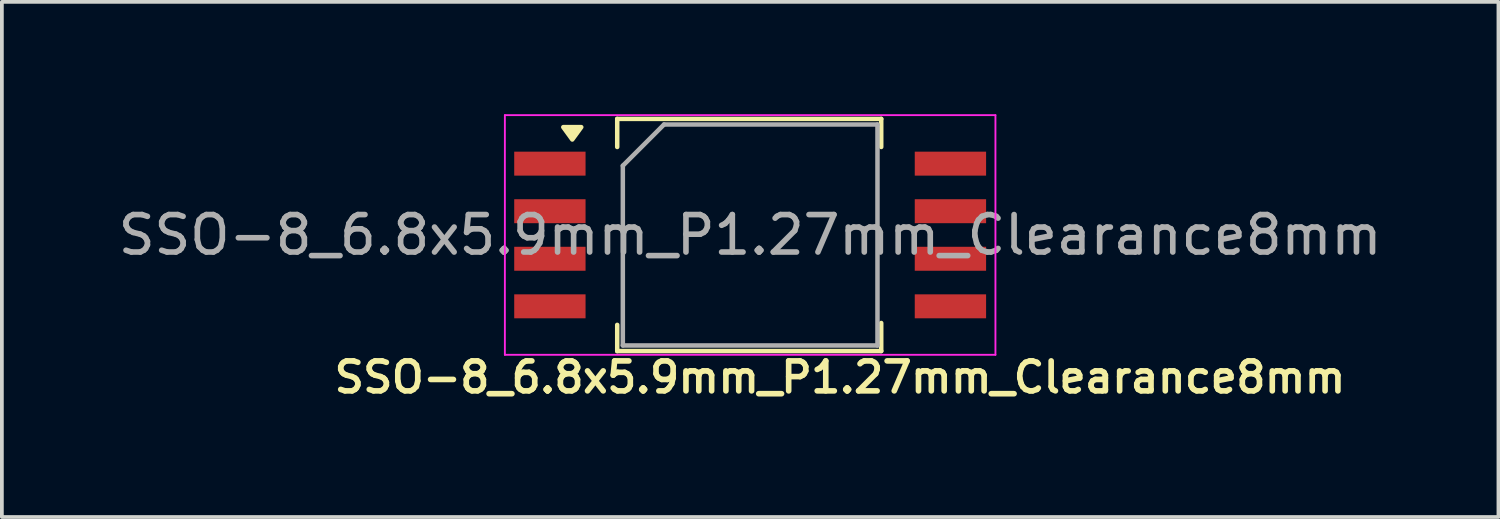
<source format=kicad_pcb>
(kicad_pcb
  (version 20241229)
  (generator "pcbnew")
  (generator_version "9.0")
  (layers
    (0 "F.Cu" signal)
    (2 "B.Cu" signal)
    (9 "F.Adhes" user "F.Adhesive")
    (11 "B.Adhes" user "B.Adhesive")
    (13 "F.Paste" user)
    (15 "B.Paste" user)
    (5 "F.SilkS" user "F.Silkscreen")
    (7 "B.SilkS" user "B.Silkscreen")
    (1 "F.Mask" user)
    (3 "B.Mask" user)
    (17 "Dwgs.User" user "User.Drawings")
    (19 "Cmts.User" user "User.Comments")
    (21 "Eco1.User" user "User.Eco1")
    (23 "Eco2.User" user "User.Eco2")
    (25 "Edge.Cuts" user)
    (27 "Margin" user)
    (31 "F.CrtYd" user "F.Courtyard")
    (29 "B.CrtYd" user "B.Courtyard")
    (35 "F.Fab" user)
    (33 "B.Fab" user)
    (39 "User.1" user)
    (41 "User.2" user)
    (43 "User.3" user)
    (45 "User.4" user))
  (footprint "SSO-8_6.8x5.9mm_P1.27mm_Clearance8mm"
    (layer "F.Cu")
    (at 16.982 3.225)
    (property "Reference" "SSO-8_6.8x5.9mm_P1.27mm_Clearance8mm" (at 2.4 3.8 0) (layer "F.SilkS") (effects (font (size 0.8 0.8) (thickness 0.15))))
    (attr smd)
    (fp_line (start -3.55 -2.35) (end -3.55 -3.1) (stroke (width 0.12) (type solid)) (layer "F.SilkS"))
    (fp_line (start -3.55 2.4) (end -3.55 3.1) (stroke (width 0.12) (type solid)) (layer "F.SilkS"))
    (fp_line (start -3.55 3.1) (end 3.5 3.1) (stroke (width 0.12) (type solid)) (layer "F.SilkS"))
    (fp_line (start 3.5 -3.1) (end -3.55 -3.1) (stroke (width 0.12) (type solid)) (layer "F.SilkS"))
    (fp_line (start 3.5 -2.35) (end 3.5 -3.1) (stroke (width 0.12) (type solid)) (layer "F.SilkS"))
    (fp_line (start 3.5 3.1) (end 3.5 2.35) (stroke (width 0.12) (type solid)) (layer "F.SilkS"))
    (fp_poly (pts (xy -4.75 -2.55) (xy -4.99 -2.88) (xy -4.51 -2.88) (xy -4.75 -2.55)) (stroke (width 0.12) (type solid)) (fill yes) (layer "F.SilkS"))
    (fp_line (start -6.55 -3.2) (end -6.55 3.2) (stroke (width 0.05) (type solid)) (layer "F.CrtYd"))
    (fp_line (start -6.55 -3.2) (end 6.55 -3.2) (stroke (width 0.05) (type solid)) (layer "F.CrtYd"))
    (fp_line (start 6.55 3.2) (end -6.55 3.2) (stroke (width 0.05) (type solid)) (layer "F.CrtYd"))
    (fp_line (start 6.55 3.2) (end 6.55 -3.2) (stroke (width 0.05) (type solid)) (layer "F.CrtYd"))
    (fp_line (start -3.4 -1.85) (end -3.4 2.95) (stroke (width 0.12) (type solid)) (layer "F.Fab"))
    (fp_line (start -3.4 2.95) (end 3.4 2.95) (stroke (width 0.12) (type solid)) (layer "F.Fab"))
    (fp_line (start -2.3 -2.95) (end -3.4 -1.85) (stroke (width 0.12) (type solid)) (layer "F.Fab"))
    (fp_line (start 3.4 -2.95) (end -2.3 -2.95) (stroke (width 0.12) (type solid)) (layer "F.Fab"))
    (fp_line (start 3.4 2.95) (end 3.4 -2.95) (stroke (width 0.12) (type solid)) (layer "F.Fab"))
    (fp_text user "${REFERENCE}" (at 0 0 0) (layer "F.Fab") (effects (font (size 1 1) (thickness 0.15))))
    (pad "1" smd rect (at -5.348 -1.905) (size 1.905 0.64) (layers "F.Cu" "F.Mask" "F.Paste"))
    (pad "2" smd rect (at -5.348 -0.635) (size 1.905 0.64) (layers "F.Cu" "F.Mask" "F.Paste"))
    (pad "3" smd rect (at -5.348 0.635) (size 1.905 0.64) (layers "F.Cu" "F.Mask" "F.Paste"))
    (pad "4" smd rect (at -5.348 1.905) (size 1.905 0.64) (layers "F.Cu" "F.Mask" "F.Paste"))
    (pad "5" smd rect (at 5.348 1.905) (size 1.905 0.64) (layers "F.Cu" "F.Mask" "F.Paste"))
    (pad "6" smd rect (at 5.348 0.635) (size 1.905 0.64) (layers "F.Cu" "F.Mask" "F.Paste"))
    (pad "7" smd rect (at 5.348 -0.635) (size 1.905 0.64) (layers "F.Cu" "F.Mask" "F.Paste"))
    (pad "8" smd rect (at 5.348 -1.905) (size 1.905 0.64) (layers "F.Cu" "F.Mask" "F.Paste")))
  (gr_rect
    (start -3 -3)
    (end 36.964 10.756)
    (stroke (width 0.1) (type default))
    (fill no)
    (layer "Edge.Cuts")))
</source>
